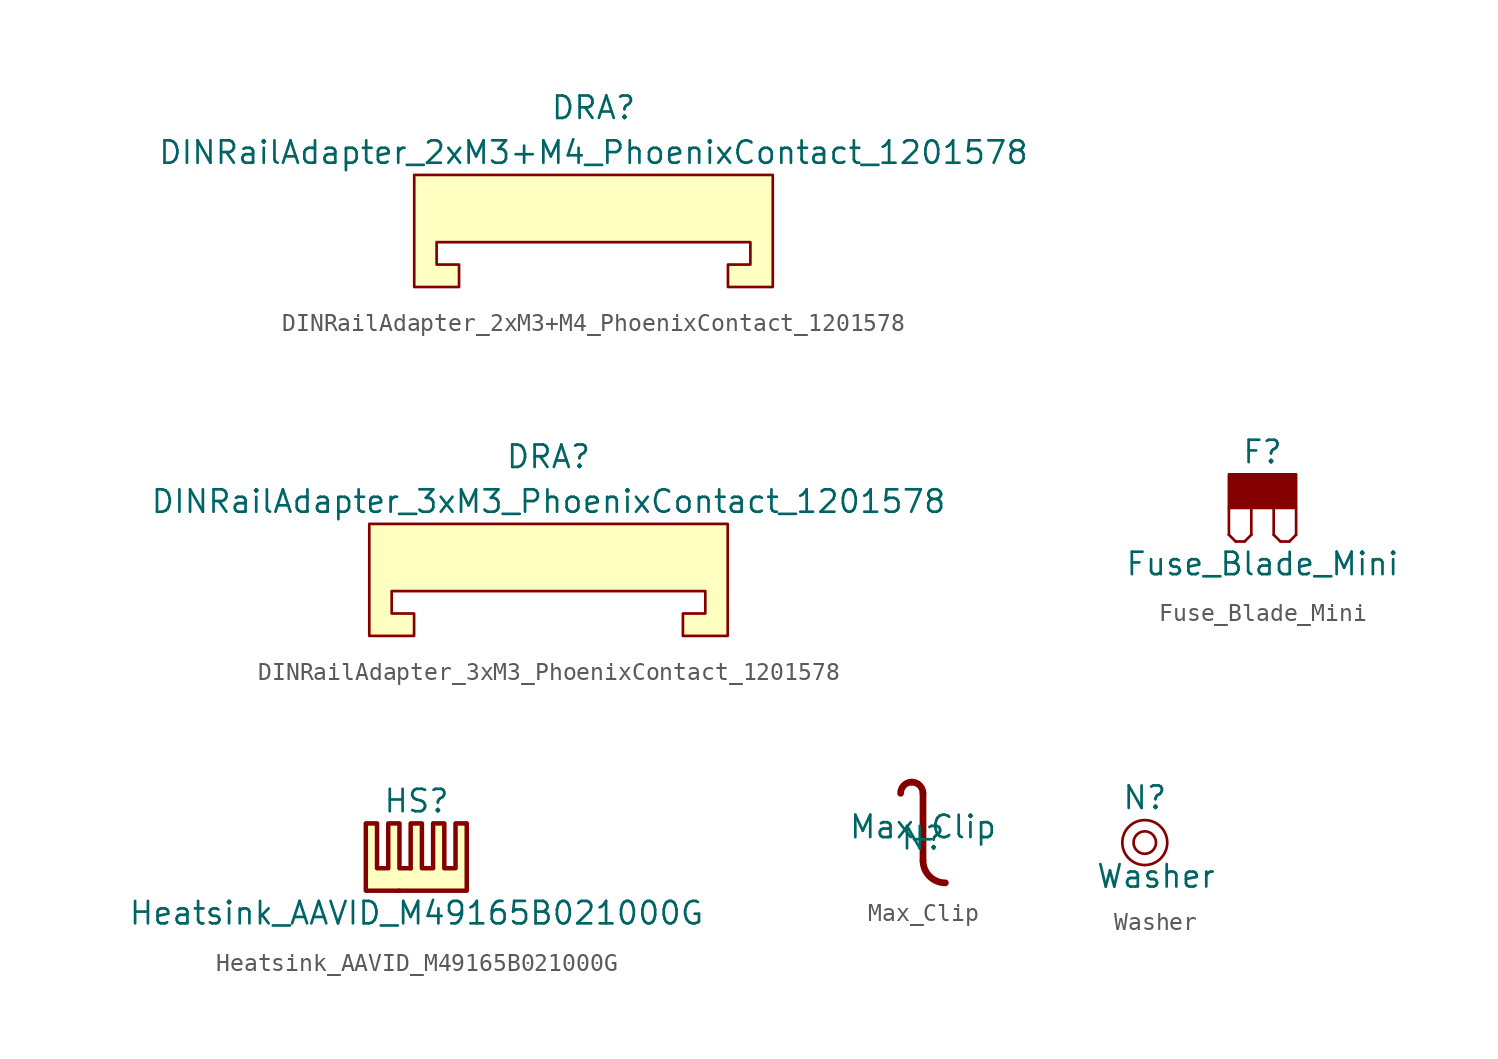
<source format=kicad_sym>
(kicad_symbol_lib
  (version 20231120)
  (generator "kicad_symbol_editor")
  (generator_version "8.0")
  (symbol "DINRailAdapter_2xM3+M4_PhoenixContact_1201578"
    (property "Reference" "DRA"
      (at 0 6.35 0)
      (effects (font (size 1.27 1.27))))
    (property "Value" "DINRailAdapter_2xM3+M4_PhoenixContact_1201578"
      (at 0 3.81 0)
      (effects (font (size 1.27 1.27))))
    (symbol "DINRailAdapter_2xM3+M4_PhoenixContact_1201578_0_1"
      (polyline (pts (xy 10.16 2.54) (xy -10.16 2.54) (xy -10.16 -3.81) (xy -7.62 -3.81) (xy -7.62 -2.54) (xy -8.89 -2.54) (xy -8.89 -1.27) (xy 8.89 -1.27) (xy 8.89 -2.54) (xy 7.62 -2.54) (xy 7.62 -3.81) (xy 10.16 -3.81) (xy 10.16 2.54) (xy -10.16 2.54)) (stroke (width 0) (type default)) (fill (type background)))))
  (symbol "DINRailAdapter_3xM3_PhoenixContact_1201578"
    (property "Reference" "DRA"
      (at 0 6.35 0)
      (effects (font (size 1.27 1.27))))
    (property "Value" "DINRailAdapter_3xM3_PhoenixContact_1201578"
      (at 0 3.81 0)
      (effects (font (size 1.27 1.27))))
    (symbol "DINRailAdapter_3xM3_PhoenixContact_1201578_0_1"
      (polyline (pts (xy 10.16 2.54) (xy -10.16 2.54) (xy -10.16 -3.81) (xy -7.62 -3.81) (xy -7.62 -2.54) (xy -8.89 -2.54) (xy -8.89 -1.27) (xy 8.89 -1.27) (xy 8.89 -2.54) (xy 7.62 -2.54) (xy 7.62 -3.81) (xy 10.16 -3.81) (xy 10.16 2.54) (xy -10.16 2.54)) (stroke (width 0) (type default)) (fill (type background)))))
  (symbol "Fuse_Blade_Mini"
    (property "Reference" "F"
      (at 0 3.175 0)
      (effects (font (size 1.27 1.27))))
    (property "Value" "Fuse_Blade_Mini"
      (at 0 -3.175 0)
      (effects (font (size 1.27 1.27))))
    (symbol "Fuse_Blade_Mini_0_1"
      (rectangle (start -1.905 1.905) (end 1.905 0) (stroke (width 0) (type default)) (fill (type outline)))
      (polyline (pts (xy -1.905 -1.524) (xy -1.524 -1.905)) (stroke (width 0) (type default)) (fill (type none)))
      (polyline (pts (xy -1.905 0) (xy -1.905 -1.524)) (stroke (width 0) (type default)) (fill (type none)))
      (polyline (pts (xy -1.524 -1.905) (xy -1.016 -1.905)) (stroke (width 0) (type default)) (fill (type none)))
      (polyline (pts (xy -0.635 -1.524) (xy -1.016 -1.905)) (stroke (width 0) (type default)) (fill (type none)))
      (polyline (pts (xy -0.635 0) (xy -0.635 -1.524)) (stroke (width 0) (type default)) (fill (type none)))
      (polyline (pts (xy 0.635 -1.524) (xy 1.016 -1.905)) (stroke (width 0) (type default)) (fill (type none)))
      (polyline (pts (xy 0.635 0) (xy 0.635 -1.524)) (stroke (width 0) (type default)) (fill (type none)))
      (polyline (pts (xy 1.016 -1.905) (xy 1.524 -1.905)) (stroke (width 0) (type default)) (fill (type none)))
      (polyline (pts (xy 1.905 -1.524) (xy 1.524 -1.905)) (stroke (width 0) (type default)) (fill (type none)))
      (polyline (pts (xy 1.905 0) (xy 1.905 -1.524)) (stroke (width 0) (type default)) (fill (type none)))))
  (symbol "Heatsink_AAVID_M49165B021000G"
    (pin_names
      (offset 1.016))
    (property "Reference" "HS"
      (at 0 5.08 0)
      (effects (font (size 1.27 1.27))))
    (property "Value" "Heatsink_AAVID_M49165B021000G"
      (at 0 -1.27 0)
      (effects (font (size 1.27 1.27))))
    (symbol "Heatsink_AAVID_M49165B021000G_0_1"
      (polyline (pts (xy -0.33 1.27) (xy -0.965 1.27) (xy -0.965 3.81) (xy -1.6 3.81) (xy -1.6 1.27) (xy -2.235 1.27) (xy -2.235 3.81) (xy -2.87 3.81) (xy -2.87 0) (xy -0.965 0)) (stroke (width 0.254) (type default)) (fill (type background)))
      (polyline (pts (xy -0.33 1.27) (xy -0.33 3.81) (xy 0.305 3.81) (xy 0.305 1.27) (xy 0.94 1.27) (xy 0.94 3.81) (xy 1.575 3.81) (xy 1.575 1.27) (xy 2.21 1.27) (xy 2.21 3.81) (xy 2.845 3.81) (xy 2.845 0) (xy -0.965 0)) (stroke (width 0.254) (type default)) (fill (type background)))))
  (symbol "Max_Clip"
    (property "Reference" "N"
      (at 0 -0.635 0)
      (effects (font (size 1.27 1.27))))
    (property "Value" "Max_Clip"
      (at 0 0 0)
      (effects (font (size 1.27 1.27))))
    (symbol "Max_Clip_0_1"
      (arc (start -0.635 2.54) (mid -1.084 2.354) (end -1.27 1.905) (stroke (width 0.381) (type default)) (fill (type none)))
      (arc (start 0 -1.905) (mid 0.372 -2.803) (end 1.27 -3.175) (stroke (width 0.381) (type default)) (fill (type none)))
      (polyline (pts (xy 0 1.905) (xy 0 -1.905)) (stroke (width 0.381) (type default)) (fill (type none)))
      (arc (start 0 1.905) (mid -0.186 2.354) (end -0.635 2.54) (stroke (width 0.381) (type default)) (fill (type none)))))
  (symbol "Washer"
    (property "Reference" "N"
      (at 0 2.54 0)
      (effects (font (size 1.27 1.27))))
    (property "Value" "Washer"
      (at 0.635 -1.905 0)
      (effects (font (size 1.27 1.27))))
    (symbol "Washer_0_1"
      (circle (center 0 0) (radius 0.635) (stroke (width 0) (type default)) (fill (type none)))
      (circle (center 0 0) (radius 1.27) (stroke (width 0) (type default)) (fill (type none))))))
</source>
